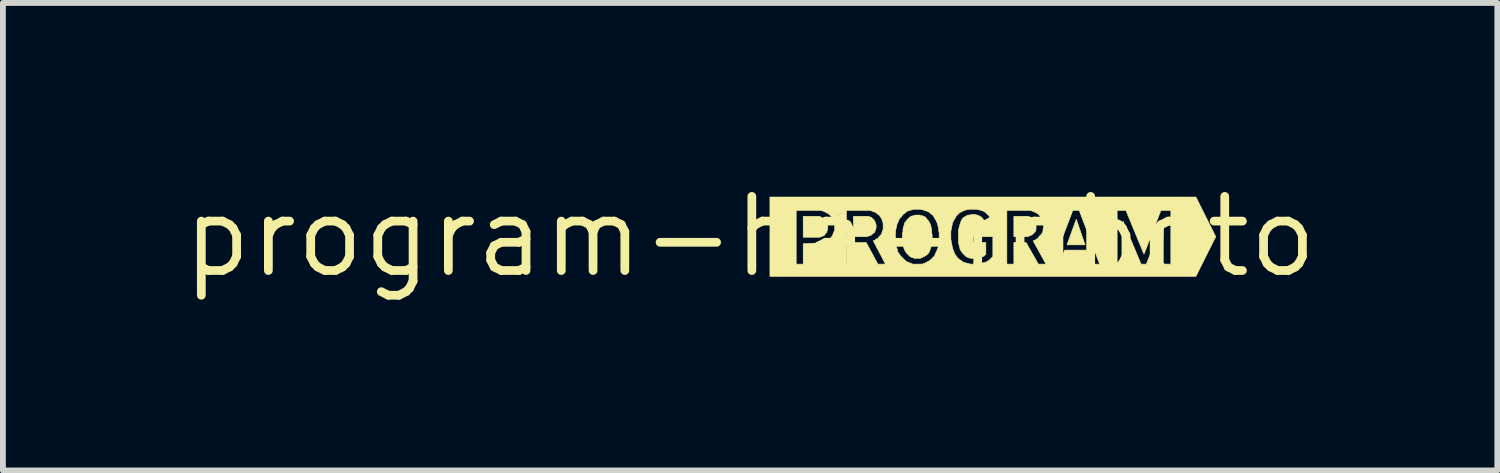
<source format=kicad_pcb>
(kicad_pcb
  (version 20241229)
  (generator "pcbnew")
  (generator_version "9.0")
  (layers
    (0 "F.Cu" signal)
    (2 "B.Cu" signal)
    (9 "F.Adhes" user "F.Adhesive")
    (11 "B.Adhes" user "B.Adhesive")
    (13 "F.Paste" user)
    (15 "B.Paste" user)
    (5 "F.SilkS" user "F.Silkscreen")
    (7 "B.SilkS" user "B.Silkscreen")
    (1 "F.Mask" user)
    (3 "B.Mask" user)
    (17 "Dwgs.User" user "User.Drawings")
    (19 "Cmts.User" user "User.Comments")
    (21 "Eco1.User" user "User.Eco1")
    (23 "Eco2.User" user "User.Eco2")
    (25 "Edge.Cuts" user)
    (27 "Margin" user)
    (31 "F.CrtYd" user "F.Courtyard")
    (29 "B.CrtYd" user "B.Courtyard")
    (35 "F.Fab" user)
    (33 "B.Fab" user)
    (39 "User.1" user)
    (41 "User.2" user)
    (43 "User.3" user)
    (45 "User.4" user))
  (footprint "program-ha-roboto"
    (layer "F.Cu")
    (at 9.804 1.006)
    (property "Reference" "program-ha-roboto" (at 0 0 0) (layer "F.SilkS") (effects (font (size 1.27 1.27) (thickness 0.15))))
    (attr board_only exclude_from_pos_files exclude_from_bom)
    (fp_poly (pts (xy 5.43 0.14) (xy 5.74 0.14) (xy 5.59 -0.3) (xy 5.43 0.14)) (stroke (width 0.01) (type solid)) (fill yes) (layer "F.SilkS"))
    (fp_poly (pts (xy 0.91 0.01) (xy 1.13 0.01) (xy 1.16 0.01) (xy 1.19 0.01) (xy 1.22 0) (xy 1.24 -0.01) (xy 1.27 -0.02) (xy 1.29 -0.05) (xy 1.31 -0.07) (xy 1.32 -0.1) (xy 1.33 -0.14) (xy 1.33 -0.18) (xy 1.32 -0.22) (xy 1.31 -0.25) (xy 1.29 -0.28) (xy 1.27 -0.3) (xy 1.24 -0.32) (xy 1.21 -0.34) (xy 1.17 -0.35) (xy 1.13 -0.35) (xy 0.91 -0.35) (xy 0.91 0.01)) (stroke (width 0.01) (type solid)) (fill yes) (layer "F.SilkS"))
    (fp_poly (pts (xy 1.77 0) (xy 1.97 0) (xy 2 0) (xy 2.03 -0.01) (xy 2.06 -0.02) (xy 2.08 -0.03) (xy 2.1 -0.05) (xy 2.13 -0.07) (xy 2.14 -0.09) (xy 2.15 -0.12) (xy 2.16 -0.15) (xy 2.16 -0.2) (xy 2.15 -0.23) (xy 2.14 -0.26) (xy 2.12 -0.29) (xy 2.1 -0.31) (xy 2.08 -0.33) (xy 2.05 -0.34) (xy 2.02 -0.35) (xy 1.97 -0.35) (xy 1.77 -0.35) (xy 1.77 0)) (stroke (width 0.01) (type solid)) (fill yes) (layer "F.SilkS"))
    (fp_poly (pts (xy 4.52 0) (xy 4.71 0) (xy 4.75 0) (xy 4.78 -0.01) (xy 4.8 -0.02) (xy 4.83 -0.03) (xy 4.85 -0.05) (xy 4.87 -0.07) (xy 4.89 -0.09) (xy 4.9 -0.12) (xy 4.9 -0.15) (xy 4.9 -0.2) (xy 4.9 -0.23) (xy 4.88 -0.26) (xy 4.87 -0.29) (xy 4.84 -0.31) (xy 4.82 -0.33) (xy 4.79 -0.34) (xy 4.76 -0.35) (xy 4.71 -0.35) (xy 4.52 -0.35) (xy 4.52 0)) (stroke (width 0.01) (type solid)) (fill yes) (layer "F.SilkS"))
    (fp_poly (pts (xy 3.12 -0.03) (xy 3.11 -0.08) (xy 3.11 -0.13) (xy 3.1 -0.17) (xy 3.09 -0.21) (xy 3.07 -0.25) (xy 3.05 -0.28) (xy 3.03 -0.3) (xy 3.01 -0.33) (xy 2.98 -0.35) (xy 2.94 -0.36) (xy 2.91 -0.37) (xy 2.87 -0.37) (xy 2.83 -0.37) (xy 2.8 -0.36) (xy 2.76 -0.35) (xy 2.73 -0.33) (xy 2.71 -0.31) (xy 2.69 -0.29) (xy 2.67 -0.26) (xy 2.65 -0.24) (xy 2.64 -0.2) (xy 2.63 -0.17) (xy 2.62 -0.13) (xy 2.62 -0.09) (xy 2.61 -0.05) (xy 2.61 0.05) (xy 2.62 0.09) (xy 2.62 0.13) (xy 2.63 0.17) (xy 2.64 0.21) (xy 2.66 0.25) (xy 2.68 0.28) (xy 2.71 0.31) (xy 2.74 0.34) (xy 2.78 0.36) (xy 2.82 0.37) (xy 2.85 0.37) (xy 2.87 0.37) (xy 2.9 0.37) (xy 2.92 0.37) (xy 2.94 0.36) (xy 2.96 0.35) (xy 2.98 0.34) (xy 3 0.33) (xy 3.03 0.31) (xy 3.06 0.28) (xy 3.08 0.24) (xy 3.09 0.2) (xy 3.11 0.15) (xy 3.11 0.1) (xy 3.12 0.05) (xy 3.12 -0.03)) (stroke (width 0.01) (type solid)) (fill yes) (layer "F.SilkS"))
    (fp_poly (pts (xy 0.68 -0.68) (xy 0.34 -0.68) (xy 0.34 0.68) (xy 7.64 0.68) (xy 7.98 0) (xy 7.64 -0.68) (xy 0.68 -0.68) (xy 0.79 -0.45) (xy 1.13 -0.45) (xy 1.2 -0.45) (xy 1.25 -0.44) (xy 1.29 -0.42) (xy 1.33 -0.4) (xy 1.37 -0.37) (xy 1.39 -0.35) (xy 1.4 -0.33) (xy 1.41 -0.31) (xy 1.65 -0.45) (xy 1.97 -0.45) (xy 2.02 -0.45) (xy 2.06 -0.45) (xy 2.11 -0.43) (xy 2.14 -0.42) (xy 2.16 -0.41) (xy 2.18 -0.39) (xy 2.2 -0.38) (xy 2.22 -0.36) (xy 2.23 -0.34) (xy 2.25 -0.32) (xy 2.26 -0.29) (xy 2.27 -0.26) (xy 2.28 -0.23) (xy 2.28 -0.19) (xy 2.28 -0.16) (xy 2.5 -0.13) (xy 2.51 -0.18) (xy 2.52 -0.22) (xy 2.54 -0.26) (xy 2.55 -0.29) (xy 2.57 -0.32) (xy 2.6 -0.35) (xy 2.62 -0.38) (xy 2.65 -0.4) (xy 2.67 -0.42) (xy 2.7 -0.44) (xy 2.74 -0.45) (xy 2.77 -0.46) (xy 2.81 -0.47) (xy 2.84 -0.47) (xy 2.88 -0.47) (xy 2.92 -0.47) (xy 2.96 -0.46) (xy 2.99 -0.45) (xy 3.02 -0.44) (xy 3.05 -0.43) (xy 3.08 -0.41) (xy 3.1 -0.39) (xy 3.13 -0.37) (xy 3.15 -0.34) (xy 3.16 -0.32) (xy 3.18 -0.29) (xy 3.2 -0.25) (xy 3.21 -0.22) (xy 3.22 -0.18) (xy 3.23 -0.15) (xy 3.23 -0.11) (xy 3.24 -0.07) (xy 3.24 0.03) (xy 3.44 0.04) (xy 3.44 -0.05) (xy 3.44 -0.09) (xy 3.45 -0.14) (xy 3.46 -0.19) (xy 3.47 -0.24) (xy 3.49 -0.28) (xy 3.51 -0.31) (xy 3.53 -0.35) (xy 3.56 -0.38) (xy 3.59 -0.41) (xy 3.63 -0.43) (xy 3.67 -0.45) (xy 3.71 -0.46) (xy 3.76 -0.47) (xy 3.81 -0.47) (xy 3.87 -0.47) (xy 3.92 -0.46) (xy 3.97 -0.45) (xy 4.01 -0.43) (xy 4.04 -0.41) (xy 4.07 -0.38) (xy 4.1 -0.35) (xy 4.12 -0.32) (xy 4.14 -0.28) (xy 4.15 -0.24) (xy 4.16 -0.19) (xy 4.04 -0.19) (xy 4.03 -0.22) (xy 4.02 -0.26) (xy 4 -0.28) (xy 3.99 -0.31) (xy 3.97 -0.33) (xy 3.94 -0.35) (xy 3.92 -0.36) (xy 3.89 -0.37) (xy 3.86 -0.38) (xy 3.83 -0.38) (xy 3.79 -0.38) (xy 3.76 -0.37) (xy 3.73 -0.37) (xy 3.71 -0.36) (xy 3.68 -0.34) (xy 3.66 -0.33) (xy 3.64 -0.31) (xy 3.62 -0.28) (xy 3.61 -0.25) (xy 3.6 -0.22) (xy 3.59 -0.19) (xy 3.58 -0.15) (xy 3.57 -0.11) (xy 3.57 -0.07) (xy 3.57 0.06) (xy 3.57 0.1) (xy 3.58 0.14) (xy 3.59 0.18) (xy 3.6 0.22) (xy 3.62 0.25) (xy 3.64 0.28) (xy 3.67 0.31) (xy 3.7 0.34) (xy 3.74 0.36) (xy 3.78 0.37) (xy 3.83 0.37) (xy 3.9 0.37) (xy 3.95 0.36) (xy 3.97 0.35) (xy 3.99 0.34) (xy 4.01 0.33) (xy 4.04 0.3) (xy 4.04 0.1) (xy 3.82 0.1) (xy 3.82 0) (xy 4.16 0) (xy 4.16 0.34) (xy 4.4 0.47) (xy 4.4 -0.45) (xy 4.71 -0.45) (xy 4.76 -0.45) (xy 4.8 -0.45) (xy 4.86 -0.43) (xy 4.88 -0.42) (xy 4.9 -0.41) (xy 4.93 -0.39) (xy 4.95 -0.38) (xy 4.96 -0.36) (xy 4.98 -0.34) (xy 4.99 -0.32) (xy 5.01 -0.29) (xy 5.01 -0.26) (xy 5.02 -0.23) (xy 5.03 -0.19) (xy 5.03 -0.16) (xy 5.02 -0.13) (xy 5.02 -0.1) (xy 5.01 -0.07) (xy 4.99 -0.04) (xy 4.97 -0.02) (xy 4.95 0) (xy 4.93 0.03) (xy 4.91 0.04) (xy 4.88 0.06) (xy 4.85 0.07) (xy 5.07 0.47) (xy 5.18 0.47) (xy 5.53 -0.45) (xy 5.64 -0.45) (xy 5.99 0.47) (xy 6.29 0.47) (xy 6.29 -0.45) (xy 6.44 -0.45) (xy 6.75 0.3) (xy 7.04 -0.45) (xy 7.21 -0.45) (xy 7.21 0.47) (xy 7.08 0.47) (xy 7.08 0.12) (xy 7.09 -0.28) (xy 6.79 0.47) (xy 6.7 0.47) (xy 6.39 -0.27) (xy 6.41 0.12) (xy 6.41 0.47) (xy 6.29 0.47) (xy 5.99 0.47) (xy 5.87 0.47) (xy 5.78 0.23) (xy 5.39 0.23) (xy 5.3 0.47) (xy 5.18 0.47) (xy 5.07 0.47) (xy 4.94 0.47) (xy 4.73 0.1) (xy 4.52 0.1) (xy 4.52 0.47) (xy 4.4 0.47) (xy 4.16 0.34) (xy 4.13 0.37) (xy 4.1 0.4) (xy 4.07 0.42) (xy 4.03 0.44) (xy 3.98 0.45) (xy 3.93 0.47) (xy 3.88 0.47) (xy 3.82 0.47) (xy 3.78 0.47) (xy 3.74 0.46) (xy 3.7 0.45) (xy 3.66 0.44) (xy 3.63 0.42) (xy 3.59 0.39) (xy 3.56 0.37) (xy 3.54 0.34) (xy 3.51 0.3) (xy 3.49 0.25) (xy 3.47 0.2) (xy 3.46 0.15) (xy 3.45 0.1) (xy 3.44 0.04) (xy 3.24 0.03) (xy 3.24 0.08) (xy 3.23 0.14) (xy 3.22 0.19) (xy 3.2 0.24) (xy 3.18 0.28) (xy 3.16 0.33) (xy 3.13 0.36) (xy 3.09 0.4) (xy 3.06 0.42) (xy 3.02 0.44) (xy 2.98 0.46) (xy 2.94 0.47) (xy 2.89 0.47) (xy 2.84 0.47) (xy 2.79 0.47) (xy 2.74 0.45) (xy 2.71 0.44) (xy 2.67 0.42) (xy 2.64 0.39) (xy 2.61 0.36) (xy 2.58 0.33) (xy 2.56 0.3) (xy 2.53 0.26) (xy 2.52 0.21) (xy 2.5 0.16) (xy 2.5 0.11) (xy 2.49 0.05) (xy 2.49 -0.03) (xy 2.49 -0.08) (xy 2.5 -0.13) (xy 2.28 -0.16) (xy 2.28 -0.13) (xy 2.27 -0.1) (xy 2.26 -0.07) (xy 2.25 -0.04) (xy 2.23 -0.02) (xy 2.21 0) (xy 2.19 0.03) (xy 2.16 0.04) (xy 2.14 0.06) (xy 2.11 0.07) (xy 2.32 0.47) (xy 2.19 0.47) (xy 1.99 0.1) (xy 1.77 0.1) (xy 1.77 0.47) (xy 1.65 0.47) (xy 1.65 -0.45) (xy 1.42 -0.31) (xy 1.43 -0.29) (xy 1.44 -0.27) (xy 1.44 -0.24) (xy 1.45 -0.21) (xy 1.45 -0.18) (xy 1.45 -0.15) (xy 1.45 -0.12) (xy 1.44 -0.09) (xy 1.43 -0.07) (xy 1.42 -0.04) (xy 1.41 -0.02) (xy 1.4 0) (xy 1.38 0.02) (xy 1.35 0.05) (xy 1.31 0.08) (xy 1.27 0.09) (xy 1.22 0.11) (xy 1.18 0.11) (xy 1.14 0.11) (xy 0.91 0.12) (xy 0.91 0.47) (xy 0.79 0.47) (xy 0.79 -0.45) (xy 0.68 -0.68)) (stroke (width 0.01) (type solid)) (fill yes) (layer "F.SilkS")))
  (gr_rect
    (start -3 -3)
    (end 22.609 5.012)
    (stroke (width 0.1) (type default))
    (fill no)
    (layer "Edge.Cuts")))
</source>
